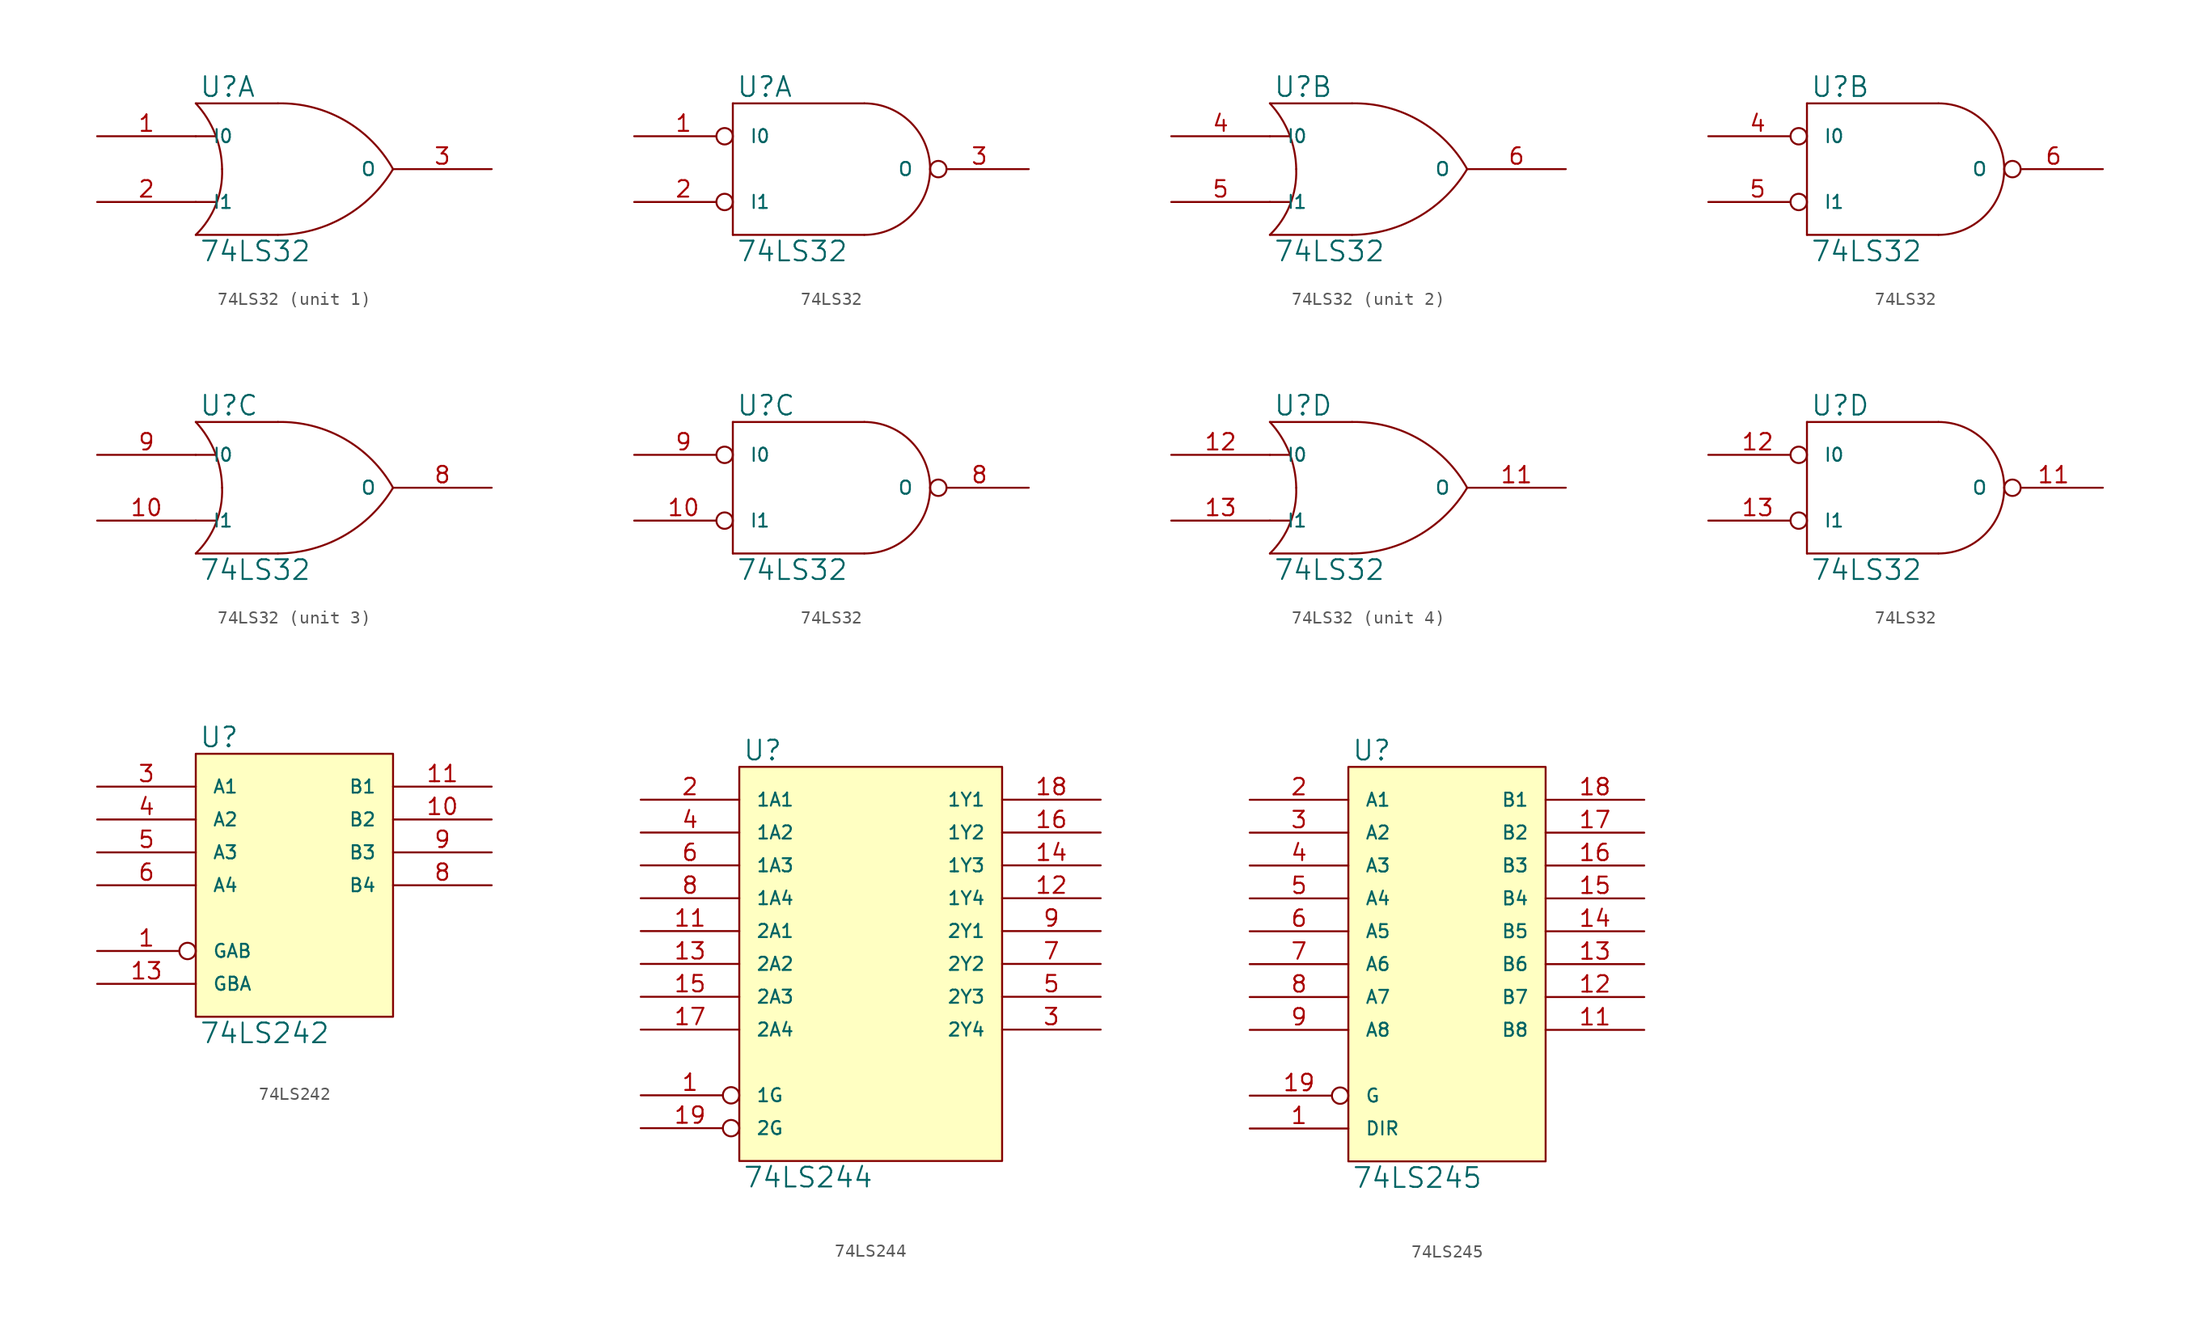
<source format=kicad_sym>
(kicad_symbol_lib
  (version 20231120)
  (generator "kicad_symbol_editor")
  (generator_version "8.0")
  (symbol "74LS32"
    (pin_names
      (offset 1.27))
    (property "Reference" "U"
      (at 0.254 0.381 0)
      (effects (font (size 1.524 1.524)) (justify left bottom)))
    (property "Value" "74LS32"
      (at 0.254 -10.541 0)
      (effects (font (size 1.524 1.524)) (justify left top)))
    (symbol "74LS32_0_1"
      (arc (start 0 -10.16) (mid 1.5573 -7.8293) (end 2.032 -5.08) (stroke (width 0) (type solid)) (fill (type none)))
      (polyline (pts (xy 0 -7.62) (xy 1.524 -7.62)) (stroke (width 0) (type solid)) (fill (type none)))
      (polyline (pts (xy 0 -2.54) (xy 1.524 -2.54)) (stroke (width 0) (type solid)) (fill (type none)))
      (polyline (pts (xy 6.35 -10.16) (xy 0 -10.16)) (stroke (width 0) (type solid)) (fill (type none)))
      (polyline (pts (xy 6.35 0) (xy 0 0)) (stroke (width 0) (type solid)) (fill (type none)))
      (arc (start 2.032 -5.08) (mid 1.4906 -2.3584) (end 0 0) (stroke (width 0) (type solid)) (fill (type none)))
      (arc (start 6.35 -10.16) (mid 11.4496 -8.7875) (end 15.24 -5.08) (stroke (width 0) (type solid)) (fill (type none)))
      (arc (start 15.24 -5.08) (mid 11.4893 -1.3041) (end 6.35 0) (stroke (width 0) (type solid)) (fill (type none))))
    (symbol "74LS32_0_2"
      (polyline (pts (xy 0 -10.16) (xy 10.16 -10.16)) (stroke (width 0) (type solid)) (fill (type none)))
      (polyline (pts (xy 0 0) (xy 0 -10.16)) (stroke (width 0) (type solid)) (fill (type none)))
      (polyline (pts (xy 10.16 0) (xy 0 0)) (stroke (width 0) (type solid)) (fill (type none)))
      (arc (start 10.16 -10.16) (mid 13.7521 -8.6721) (end 15.24 -5.08) (stroke (width 0) (type solid)) (fill (type none)))
      (arc (start 15.24 -5.08) (mid 13.7521 -1.4879) (end 10.16 0) (stroke (width 0) (type solid)) (fill (type none))))
    (symbol "74LS32_1_1"
      (pin input line (at -7.62 -2.54 0) (length 7.62) (name "I0" (effects (font (size 1.016 1.016)))) (number "1" (effects (font (size 1.27 1.27)))))
      (pin power_in line (at 0 0 270) (length 0) hide (name "VCC" (effects (font (size 1.016 1.016)))) (number "14" (effects (font (size 1.27 1.27)))))
      (pin input line (at -7.62 -7.62 0) (length 7.62) (name "I1" (effects (font (size 1.016 1.016)))) (number "2" (effects (font (size 1.27 1.27)))))
      (pin output line (at 22.86 -5.08 180) (length 7.62) (name "O" (effects (font (size 1.016 1.016)))) (number "3" (effects (font (size 1.27 1.27)))))
      (pin power_in line (at 0 -10.16 90) (length 0) hide (name "GND" (effects (font (size 1.016 1.016)))) (number "7" (effects (font (size 1.27 1.27))))))
    (symbol "74LS32_1_2"
      (pin input inverted (at -7.62 -2.54 0) (length 7.62) (name "I0" (effects (font (size 1.016 1.016)))) (number "1" (effects (font (size 1.27 1.27)))))
      (pin power_in line (at 0 0 270) (length 0) hide (name "VCC" (effects (font (size 1.016 1.016)))) (number "14" (effects (font (size 1.27 1.27)))))
      (pin input inverted (at -7.62 -7.62 0) (length 7.62) (name "I1" (effects (font (size 1.016 1.016)))) (number "2" (effects (font (size 1.27 1.27)))))
      (pin output inverted (at 22.86 -5.08 180) (length 7.62) (name "O" (effects (font (size 1.016 1.016)))) (number "3" (effects (font (size 1.27 1.27)))))
      (pin power_in line (at 0 -10.16 90) (length 0) hide (name "GND" (effects (font (size 1.016 1.016)))) (number "7" (effects (font (size 1.27 1.27))))))
    (symbol "74LS32_2_1"
      (pin power_in line (at 0 0 270) (length 0) hide (name "VCC" (effects (font (size 1.016 1.016)))) (number "14" (effects (font (size 1.27 1.27)))))
      (pin input line (at -7.62 -2.54 0) (length 7.62) (name "I0" (effects (font (size 1.016 1.016)))) (number "4" (effects (font (size 1.27 1.27)))))
      (pin input line (at -7.62 -7.62 0) (length 7.62) (name "I1" (effects (font (size 1.016 1.016)))) (number "5" (effects (font (size 1.27 1.27)))))
      (pin output line (at 22.86 -5.08 180) (length 7.62) (name "O" (effects (font (size 1.016 1.016)))) (number "6" (effects (font (size 1.27 1.27)))))
      (pin power_in line (at 0 -10.16 90) (length 0) hide (name "GND" (effects (font (size 1.016 1.016)))) (number "7" (effects (font (size 1.27 1.27))))))
    (symbol "74LS32_2_2"
      (pin power_in line (at 0 0 270) (length 0) hide (name "VCC" (effects (font (size 1.016 1.016)))) (number "14" (effects (font (size 1.27 1.27)))))
      (pin input inverted (at -7.62 -2.54 0) (length 7.62) (name "I0" (effects (font (size 1.016 1.016)))) (number "4" (effects (font (size 1.27 1.27)))))
      (pin input inverted (at -7.62 -7.62 0) (length 7.62) (name "I1" (effects (font (size 1.016 1.016)))) (number "5" (effects (font (size 1.27 1.27)))))
      (pin output inverted (at 22.86 -5.08 180) (length 7.62) (name "O" (effects (font (size 1.016 1.016)))) (number "6" (effects (font (size 1.27 1.27)))))
      (pin power_in line (at 0 -10.16 90) (length 0) hide (name "GND" (effects (font (size 1.016 1.016)))) (number "7" (effects (font (size 1.27 1.27))))))
    (symbol "74LS32_3_1"
      (pin input line (at -7.62 -7.62 0) (length 7.62) (name "I1" (effects (font (size 1.016 1.016)))) (number "10" (effects (font (size 1.27 1.27)))))
      (pin power_in line (at 0 0 270) (length 0) hide (name "VCC" (effects (font (size 1.016 1.016)))) (number "14" (effects (font (size 1.27 1.27)))))
      (pin power_in line (at 0 -10.16 90) (length 0) hide (name "GND" (effects (font (size 1.016 1.016)))) (number "7" (effects (font (size 1.27 1.27)))))
      (pin output line (at 22.86 -5.08 180) (length 7.62) (name "O" (effects (font (size 1.016 1.016)))) (number "8" (effects (font (size 1.27 1.27)))))
      (pin input line (at -7.62 -2.54 0) (length 7.62) (name "I0" (effects (font (size 1.016 1.016)))) (number "9" (effects (font (size 1.27 1.27))))))
    (symbol "74LS32_3_2"
      (pin input inverted (at -7.62 -7.62 0) (length 7.62) (name "I1" (effects (font (size 1.016 1.016)))) (number "10" (effects (font (size 1.27 1.27)))))
      (pin power_in line (at 0 0 270) (length 0) hide (name "VCC" (effects (font (size 1.016 1.016)))) (number "14" (effects (font (size 1.27 1.27)))))
      (pin power_in line (at 0 -10.16 90) (length 0) hide (name "GND" (effects (font (size 1.016 1.016)))) (number "7" (effects (font (size 1.27 1.27)))))
      (pin output inverted (at 22.86 -5.08 180) (length 7.62) (name "O" (effects (font (size 1.016 1.016)))) (number "8" (effects (font (size 1.27 1.27)))))
      (pin input inverted (at -7.62 -2.54 0) (length 7.62) (name "I0" (effects (font (size 1.016 1.016)))) (number "9" (effects (font (size 1.27 1.27))))))
    (symbol "74LS32_4_1"
      (pin output line (at 22.86 -5.08 180) (length 7.62) (name "O" (effects (font (size 1.016 1.016)))) (number "11" (effects (font (size 1.27 1.27)))))
      (pin input line (at -7.62 -2.54 0) (length 7.62) (name "I0" (effects (font (size 1.016 1.016)))) (number "12" (effects (font (size 1.27 1.27)))))
      (pin input line (at -7.62 -7.62 0) (length 7.62) (name "I1" (effects (font (size 1.016 1.016)))) (number "13" (effects (font (size 1.27 1.27)))))
      (pin power_in line (at 0 0 270) (length 0) hide (name "VCC" (effects (font (size 1.016 1.016)))) (number "14" (effects (font (size 1.27 1.27)))))
      (pin power_in line (at 0 -10.16 90) (length 0) hide (name "GND" (effects (font (size 1.016 1.016)))) (number "7" (effects (font (size 1.27 1.27))))))
    (symbol "74LS32_4_2"
      (pin output inverted (at 22.86 -5.08 180) (length 7.62) (name "O" (effects (font (size 1.016 1.016)))) (number "11" (effects (font (size 1.27 1.27)))))
      (pin input inverted (at -7.62 -2.54 0) (length 7.62) (name "I0" (effects (font (size 1.016 1.016)))) (number "12" (effects (font (size 1.27 1.27)))))
      (pin input inverted (at -7.62 -7.62 0) (length 7.62) (name "I1" (effects (font (size 1.016 1.016)))) (number "13" (effects (font (size 1.27 1.27)))))
      (pin power_in line (at 0 0 270) (length 0) hide (name "VCC" (effects (font (size 1.016 1.016)))) (number "14" (effects (font (size 1.27 1.27)))))
      (pin power_in line (at 0 -10.16 90) (length 0) hide (name "GND" (effects (font (size 1.016 1.016)))) (number "7" (effects (font (size 1.27 1.27)))))))
  (symbol "74LS242"
    (pin_names
      (offset 1.27))
    (property "Reference" "U"
      (at 0.254 0.381 0)
      (effects (font (size 1.524 1.524)) (justify left bottom)))
    (property "Value" "74LS242"
      (at 0.254 -20.701 0)
      (effects (font (size 1.524 1.524)) (justify left top)))
    (symbol "74LS242_0_1"
      (rectangle (start 0 0) (end 15.24 -20.32) (stroke (width 0) (type solid)) (fill (type background))))
    (symbol "74LS242_1_1"
      (pin input inverted (at -7.62 -15.24 0) (length 7.62) (name "GAB" (effects (font (size 1.016 1.016)))) (number "1" (effects (font (size 1.27 1.27)))))
      (pin bidirectional line (at 22.86 -5.08 180) (length 7.62) (name "B2" (effects (font (size 1.016 1.016)))) (number "10" (effects (font (size 1.27 1.27)))))
      (pin bidirectional line (at 22.86 -2.54 180) (length 7.62) (name "B1" (effects (font (size 1.016 1.016)))) (number "11" (effects (font (size 1.27 1.27)))))
      (pin input line (at -7.62 -17.78 0) (length 7.62) (name "GBA" (effects (font (size 1.016 1.016)))) (number "13" (effects (font (size 1.27 1.27)))))
      (pin power_in line (at 0 0 270) (length 0) hide (name "VCC" (effects (font (size 1.016 1.016)))) (number "14" (effects (font (size 1.27 1.27)))))
      (pin bidirectional line (at -7.62 -2.54 0) (length 7.62) (name "A1" (effects (font (size 1.016 1.016)))) (number "3" (effects (font (size 1.27 1.27)))))
      (pin bidirectional line (at -7.62 -5.08 0) (length 7.62) (name "A2" (effects (font (size 1.016 1.016)))) (number "4" (effects (font (size 1.27 1.27)))))
      (pin bidirectional line (at -7.62 -7.62 0) (length 7.62) (name "A3" (effects (font (size 1.016 1.016)))) (number "5" (effects (font (size 1.27 1.27)))))
      (pin bidirectional line (at -7.62 -10.16 0) (length 7.62) (name "A4" (effects (font (size 1.016 1.016)))) (number "6" (effects (font (size 1.27 1.27)))))
      (pin power_in line (at 0 -20.32 90) (length 0) hide (name "GND" (effects (font (size 1.016 1.016)))) (number "7" (effects (font (size 1.27 1.27)))))
      (pin bidirectional line (at 22.86 -10.16 180) (length 7.62) (name "B4" (effects (font (size 1.016 1.016)))) (number "8" (effects (font (size 1.27 1.27)))))
      (pin bidirectional line (at 22.86 -7.62 180) (length 7.62) (name "B3" (effects (font (size 1.016 1.016)))) (number "9" (effects (font (size 1.27 1.27)))))))
  (symbol "74LS244"
    (pin_names
      (offset 1.27))
    (property "Reference" "U"
      (at 0.254 0.381 0)
      (effects (font (size 1.524 1.524)) (justify left bottom)))
    (property "Value" "74LS244"
      (at 0.254 -30.861 0)
      (effects (font (size 1.524 1.524)) (justify left top)))
    (symbol "74LS244_0_1"
      (rectangle (start 0 0) (end 20.32 -30.48) (stroke (width 0) (type solid)) (fill (type background))))
    (symbol "74LS244_1_1"
      (pin input inverted (at -7.62 -25.4 0) (length 7.62) (name "1G" (effects (font (size 1.016 1.016)))) (number "1" (effects (font (size 1.27 1.27)))))
      (pin power_in line (at 0 -30.48 90) (length 0) hide (name "GND" (effects (font (size 1.016 1.016)))) (number "10" (effects (font (size 1.27 1.27)))))
      (pin input line (at -7.62 -12.7 0) (length 7.62) (name "2A1" (effects (font (size 1.016 1.016)))) (number "11" (effects (font (size 1.27 1.27)))))
      (pin tri_state line (at 27.94 -10.16 180) (length 7.62) (name "1Y4" (effects (font (size 1.016 1.016)))) (number "12" (effects (font (size 1.27 1.27)))))
      (pin input line (at -7.62 -15.24 0) (length 7.62) (name "2A2" (effects (font (size 1.016 1.016)))) (number "13" (effects (font (size 1.27 1.27)))))
      (pin tri_state line (at 27.94 -7.62 180) (length 7.62) (name "1Y3" (effects (font (size 1.016 1.016)))) (number "14" (effects (font (size 1.27 1.27)))))
      (pin input line (at -7.62 -17.78 0) (length 7.62) (name "2A3" (effects (font (size 1.016 1.016)))) (number "15" (effects (font (size 1.27 1.27)))))
      (pin tri_state line (at 27.94 -5.08 180) (length 7.62) (name "1Y2" (effects (font (size 1.016 1.016)))) (number "16" (effects (font (size 1.27 1.27)))))
      (pin input line (at -7.62 -20.32 0) (length 7.62) (name "2A4" (effects (font (size 1.016 1.016)))) (number "17" (effects (font (size 1.27 1.27)))))
      (pin tri_state line (at 27.94 -2.54 180) (length 7.62) (name "1Y1" (effects (font (size 1.016 1.016)))) (number "18" (effects (font (size 1.27 1.27)))))
      (pin input inverted (at -7.62 -27.94 0) (length 7.62) (name "2G" (effects (font (size 1.016 1.016)))) (number "19" (effects (font (size 1.27 1.27)))))
      (pin input line (at -7.62 -2.54 0) (length 7.62) (name "1A1" (effects (font (size 1.016 1.016)))) (number "2" (effects (font (size 1.27 1.27)))))
      (pin power_in line (at 0 0 270) (length 0) hide (name "VCC" (effects (font (size 1.016 1.016)))) (number "20" (effects (font (size 1.27 1.27)))))
      (pin tri_state line (at 27.94 -20.32 180) (length 7.62) (name "2Y4" (effects (font (size 1.016 1.016)))) (number "3" (effects (font (size 1.27 1.27)))))
      (pin input line (at -7.62 -5.08 0) (length 7.62) (name "1A2" (effects (font (size 1.016 1.016)))) (number "4" (effects (font (size 1.27 1.27)))))
      (pin tri_state line (at 27.94 -17.78 180) (length 7.62) (name "2Y3" (effects (font (size 1.016 1.016)))) (number "5" (effects (font (size 1.27 1.27)))))
      (pin input line (at -7.62 -7.62 0) (length 7.62) (name "1A3" (effects (font (size 1.016 1.016)))) (number "6" (effects (font (size 1.27 1.27)))))
      (pin tri_state line (at 27.94 -15.24 180) (length 7.62) (name "2Y2" (effects (font (size 1.016 1.016)))) (number "7" (effects (font (size 1.27 1.27)))))
      (pin input line (at -7.62 -10.16 0) (length 7.62) (name "1A4" (effects (font (size 1.016 1.016)))) (number "8" (effects (font (size 1.27 1.27)))))
      (pin tri_state line (at 27.94 -12.7 180) (length 7.62) (name "2Y1" (effects (font (size 1.016 1.016)))) (number "9" (effects (font (size 1.27 1.27)))))))
  (symbol "74LS245"
    (pin_names
      (offset 1.27))
    (property "Reference" "U"
      (at 0.254 0.381 0)
      (effects (font (size 1.524 1.524)) (justify left bottom)))
    (property "Value" "74LS245"
      (at 0.254 -30.861 0)
      (effects (font (size 1.524 1.524)) (justify left top)))
    (symbol "74LS245_0_1"
      (rectangle (start 0 0) (end 15.24 -30.48) (stroke (width 0) (type solid)) (fill (type background))))
    (symbol "74LS245_1_1"
      (pin input line (at -7.62 -27.94 0) (length 7.62) (name "DIR" (effects (font (size 1.016 1.016)))) (number "1" (effects (font (size 1.27 1.27)))))
      (pin power_in line (at 0 -30.48 90) (length 0) hide (name "GND" (effects (font (size 1.016 1.016)))) (number "10" (effects (font (size 1.27 1.27)))))
      (pin bidirectional line (at 22.86 -20.32 180) (length 7.62) (name "B8" (effects (font (size 1.016 1.016)))) (number "11" (effects (font (size 1.27 1.27)))))
      (pin bidirectional line (at 22.86 -17.78 180) (length 7.62) (name "B7" (effects (font (size 1.016 1.016)))) (number "12" (effects (font (size 1.27 1.27)))))
      (pin bidirectional line (at 22.86 -15.24 180) (length 7.62) (name "B6" (effects (font (size 1.016 1.016)))) (number "13" (effects (font (size 1.27 1.27)))))
      (pin bidirectional line (at 22.86 -12.7 180) (length 7.62) (name "B5" (effects (font (size 1.016 1.016)))) (number "14" (effects (font (size 1.27 1.27)))))
      (pin bidirectional line (at 22.86 -10.16 180) (length 7.62) (name "B4" (effects (font (size 1.016 1.016)))) (number "15" (effects (font (size 1.27 1.27)))))
      (pin bidirectional line (at 22.86 -7.62 180) (length 7.62) (name "B3" (effects (font (size 1.016 1.016)))) (number "16" (effects (font (size 1.27 1.27)))))
      (pin bidirectional line (at 22.86 -5.08 180) (length 7.62) (name "B2" (effects (font (size 1.016 1.016)))) (number "17" (effects (font (size 1.27 1.27)))))
      (pin bidirectional line (at 22.86 -2.54 180) (length 7.62) (name "B1" (effects (font (size 1.016 1.016)))) (number "18" (effects (font (size 1.27 1.27)))))
      (pin input inverted (at -7.62 -25.4 0) (length 7.62) (name "G" (effects (font (size 1.016 1.016)))) (number "19" (effects (font (size 1.27 1.27)))))
      (pin bidirectional line (at -7.62 -2.54 0) (length 7.62) (name "A1" (effects (font (size 1.016 1.016)))) (number "2" (effects (font (size 1.27 1.27)))))
      (pin power_in line (at 0 0 270) (length 0) hide (name "VCC" (effects (font (size 1.016 1.016)))) (number "20" (effects (font (size 1.27 1.27)))))
      (pin bidirectional line (at -7.62 -5.08 0) (length 7.62) (name "A2" (effects (font (size 1.016 1.016)))) (number "3" (effects (font (size 1.27 1.27)))))
      (pin bidirectional line (at -7.62 -7.62 0) (length 7.62) (name "A3" (effects (font (size 1.016 1.016)))) (number "4" (effects (font (size 1.27 1.27)))))
      (pin bidirectional line (at -7.62 -10.16 0) (length 7.62) (name "A4" (effects (font (size 1.016 1.016)))) (number "5" (effects (font (size 1.27 1.27)))))
      (pin bidirectional line (at -7.62 -12.7 0) (length 7.62) (name "A5" (effects (font (size 1.016 1.016)))) (number "6" (effects (font (size 1.27 1.27)))))
      (pin bidirectional line (at -7.62 -15.24 0) (length 7.62) (name "A6" (effects (font (size 1.016 1.016)))) (number "7" (effects (font (size 1.27 1.27)))))
      (pin bidirectional line (at -7.62 -17.78 0) (length 7.62) (name "A7" (effects (font (size 1.016 1.016)))) (number "8" (effects (font (size 1.27 1.27)))))
      (pin bidirectional line (at -7.62 -20.32 0) (length 7.62) (name "A8" (effects (font (size 1.016 1.016)))) (number "9" (effects (font (size 1.27 1.27))))))))
</source>
